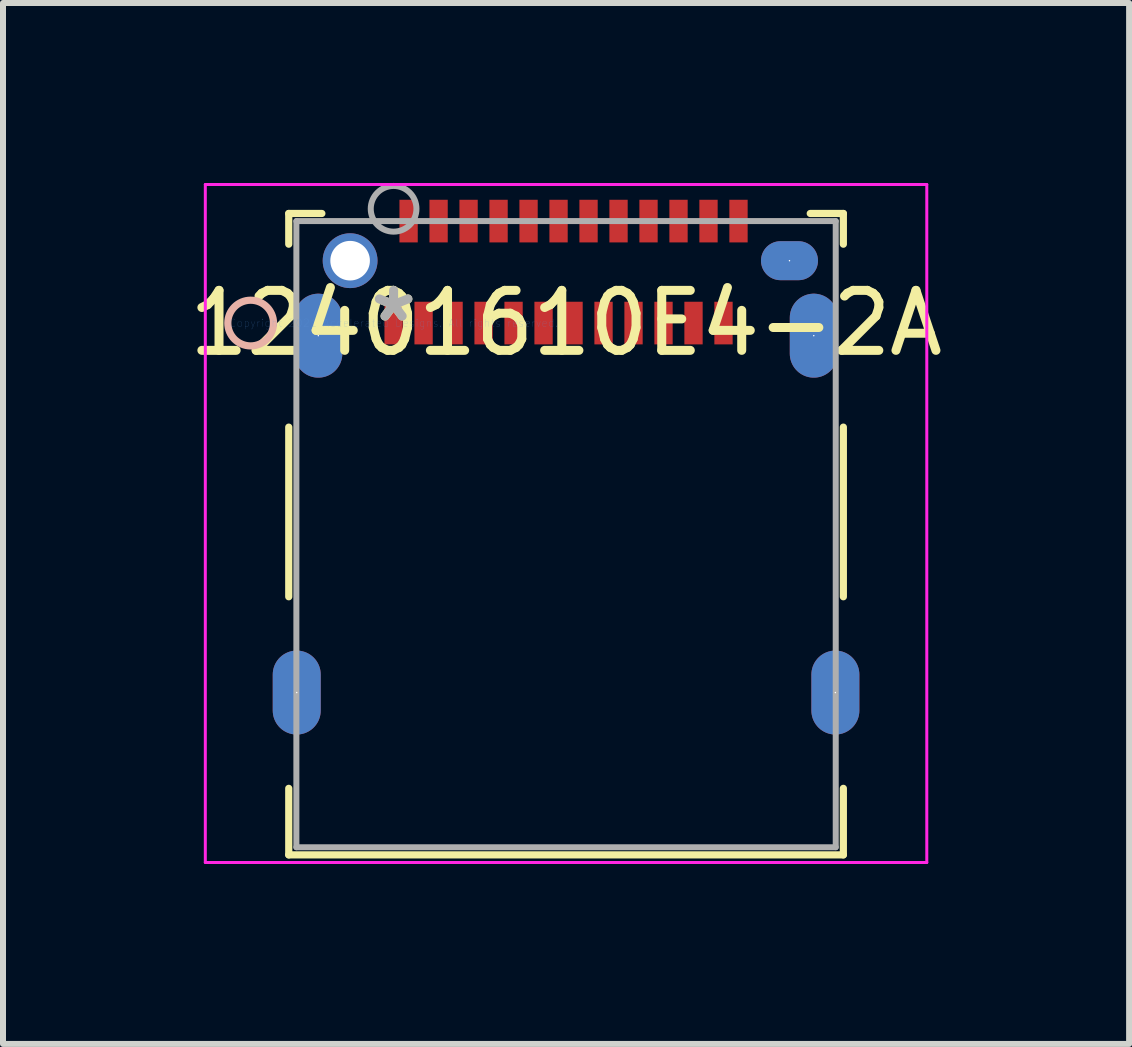
<source format=kicad_pcb>
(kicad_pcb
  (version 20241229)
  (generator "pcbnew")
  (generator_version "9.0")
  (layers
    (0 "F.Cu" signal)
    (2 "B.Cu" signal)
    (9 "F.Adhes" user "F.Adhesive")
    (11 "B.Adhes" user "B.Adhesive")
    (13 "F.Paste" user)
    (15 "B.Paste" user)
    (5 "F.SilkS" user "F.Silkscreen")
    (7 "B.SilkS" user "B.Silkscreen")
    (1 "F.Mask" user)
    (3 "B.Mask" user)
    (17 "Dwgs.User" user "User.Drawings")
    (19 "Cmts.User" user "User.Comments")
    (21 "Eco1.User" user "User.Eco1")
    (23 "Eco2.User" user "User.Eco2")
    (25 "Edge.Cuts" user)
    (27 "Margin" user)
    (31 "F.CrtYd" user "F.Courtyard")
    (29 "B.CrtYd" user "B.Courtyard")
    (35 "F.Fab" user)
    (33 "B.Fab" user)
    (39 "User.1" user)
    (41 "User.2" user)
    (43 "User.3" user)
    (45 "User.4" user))
  (footprint "12401610E4-2A"
    (layer "F.Cu")
    (at 3.512 2.336)
    (property "Reference" "12401610E4-2A" (at 2.875 0 0) (layer "F.SilkS") (effects (font (size 1 1) (thickness 0.15))))
    (attr through_hole)
    (fp_line (start -1.748 -1.827) (end -1.748 -1.315) (stroke (width 0.12) (type solid)) (layer "F.SilkS"))
    (fp_line (start -1.748 1.735) (end -1.748 4.563) (stroke (width 0.12) (type solid)) (layer "F.SilkS"))
    (fp_line (start -1.748 7.757) (end -1.748 8.866) (stroke (width 0.12) (type solid)) (layer "F.SilkS"))
    (fp_line (start -1.748 8.866) (end 7.498 8.866) (stroke (width 0.12) (type solid)) (layer "F.SilkS"))
    (fp_line (start -1.196 -1.827) (end -1.748 -1.827) (stroke (width 0.12) (type solid)) (layer "F.SilkS"))
    (fp_line (start 7.498 -1.827) (end 6.946 -1.827) (stroke (width 0.12) (type solid)) (layer "F.SilkS"))
    (fp_line (start 7.498 -1.315) (end 7.498 -1.827) (stroke (width 0.12) (type solid)) (layer "F.SilkS"))
    (fp_line (start 7.498 4.563) (end 7.498 1.735) (stroke (width 0.12) (type solid)) (layer "F.SilkS"))
    (fp_line (start 7.498 8.866) (end 7.498 7.757) (stroke (width 0.12) (type solid)) (layer "F.SilkS"))
    (fp_circle (center -2.383 0) (end -2.002 0) (stroke (width 0.12) (type solid)) (fill no) (layer "B.SilkS"))
    (fp_line (start -3.139 -2.31) (end -3.139 8.993) (stroke (width 0.05) (type solid)) (layer "F.CrtYd"))
    (fp_line (start -3.139 8.993) (end 8.889 8.993) (stroke (width 0.05) (type solid)) (layer "F.CrtYd"))
    (fp_line (start 8.889 -2.31) (end -3.139 -2.31) (stroke (width 0.05) (type solid)) (layer "F.CrtYd"))
    (fp_line (start 8.889 8.993) (end 8.889 -2.31) (stroke (width 0.05) (type solid)) (layer "F.CrtYd"))
    (fp_line (start -1.621 -1.7) (end -1.621 8.739) (stroke (width 0.1) (type solid)) (layer "F.Fab"))
    (fp_line (start -1.621 8.739) (end 7.371 8.739) (stroke (width 0.1) (type solid)) (layer "F.Fab"))
    (fp_line (start 7.371 -1.7) (end -1.621 -1.7) (stroke (width 0.1) (type solid)) (layer "F.Fab"))
    (fp_line (start 7.371 8.739) (end 7.371 -1.7) (stroke (width 0.1) (type solid)) (layer "F.Fab"))
    (fp_circle (center 0 -1.905) (end 0.381 -1.905) (stroke (width 0.1) (type solid)) (fill no) (layer "F.Fab"))
    (fp_text user "*" (at 0 0 0) (layer "F.SilkS") (effects (font (size 1 1) (thickness 0.15))))
    (fp_text user "Copyright 2021 Accelerated Designs. All rights reserved." (at 0 0 0) (layer "Cmts.User") (effects (font (size 0.127 0.127) (thickness 0.002))))
    (fp_text user "*" (at 0 0 0) (layer "F.Fab") (effects (font (size 1 1) (thickness 0.15))))
    (pad "1" smd rect (at 0 0) (size 0.305 0.711) (layers "F.Cu" "F.Mask" "F.Paste"))
    (pad "2" smd rect (at 0.25 -1.7) (size 0.305 0.711) (layers "F.Cu" "F.Mask" "F.Paste"))
    (pad "3" smd rect (at 0.5 0) (size 0.305 0.711) (layers "F.Cu" "F.Mask" "F.Paste"))
    (pad "4" smd rect (at 0.75 -1.7) (size 0.305 0.711) (layers "F.Cu" "F.Mask" "F.Paste"))
    (pad "5" smd rect (at 1 0) (size 0.305 0.711) (layers "F.Cu" "F.Mask" "F.Paste"))
    (pad "6" smd rect (at 1.25 -1.7) (size 0.305 0.711) (layers "F.Cu" "F.Mask" "F.Paste"))
    (pad "7" smd rect (at 1.5 0) (size 0.305 0.711) (layers "F.Cu" "F.Mask" "F.Paste"))
    (pad "8" smd rect (at 1.75 -1.7) (size 0.305 0.711) (layers "F.Cu" "F.Mask" "F.Paste"))
    (pad "9" smd rect (at 2 0) (size 0.305 0.711) (layers "F.Cu" "F.Mask" "F.Paste"))
    (pad "10" smd rect (at 2.25 -1.7) (size 0.305 0.711) (layers "F.Cu" "F.Mask" "F.Paste"))
    (pad "11" smd rect (at 2.5 0) (size 0.305 0.711) (layers "F.Cu" "F.Mask" "F.Paste"))
    (pad "12" smd rect (at 2.75 -1.7) (size 0.305 0.711) (layers "F.Cu" "F.Mask" "F.Paste"))
    (pad "13" smd rect (at 3 0) (size 0.305 0.711) (layers "F.Cu" "F.Mask" "F.Paste"))
    (pad "14" smd rect (at 3.25 -1.7) (size 0.305 0.711) (layers "F.Cu" "F.Mask" "F.Paste"))
    (pad "15" smd rect (at 3.5 0) (size 0.305 0.711) (layers "F.Cu" "F.Mask" "F.Paste"))
    (pad "16" smd rect (at 3.75 -1.7) (size 0.305 0.711) (layers "F.Cu" "F.Mask" "F.Paste"))
    (pad "17" smd rect (at 4 0) (size 0.305 0.711) (layers "F.Cu" "F.Mask" "F.Paste"))
    (pad "18" smd rect (at 4.25 -1.7) (size 0.305 0.711) (layers "F.Cu" "F.Mask" "F.Paste"))
    (pad "19" smd rect (at 4.5 0) (size 0.305 0.711) (layers "F.Cu" "F.Mask" "F.Paste"))
    (pad "20" smd rect (at 4.75 -1.7) (size 0.305 0.711) (layers "F.Cu" "F.Mask" "F.Paste"))
    (pad "21" smd rect (at 5 0) (size 0.305 0.711) (layers "F.Cu" "F.Mask" "F.Paste"))
    (pad "22" smd rect (at 5.25 -1.7) (size 0.305 0.711) (layers "F.Cu" "F.Mask" "F.Paste"))
    (pad "23" smd rect (at 5.5 0) (size 0.305 0.711) (layers "F.Cu" "F.Mask" "F.Paste"))
    (pad "24" smd rect (at 5.75 -1.7) (size 0.305 0.711) (layers "F.Cu" "F.Mask" "F.Paste"))
    (pad "25" thru_hole circle (at -0.725 -1.04) (size 0.914 0.914) (drill 0.66) (layers "*.Cu" "*.Mask"))
    (pad "26" thru_hole oval (at 6.6 -1.04) (size 0.95 0.65) (drill 0.025) (layers "*.Cu" "*.Mask"))
    (pad "27" thru_hole oval (at -1.255 0.21 90) (size 1.4 0.8) (drill 0.025) (layers "*.Cu" "*.Mask"))
    (pad "28" thru_hole oval (at -1.615 6.16 90) (size 1.4 0.8) (drill 0.025) (layers "*.Cu" "*.Mask"))
    (pad "29" thru_hole oval (at 7.365 6.16 90) (size 1.4 0.8) (drill 0.025) (layers "*.Cu" "*.Mask"))
    (pad "30" thru_hole oval (at 7.005 0.21 90) (size 1.4 0.8) (drill 0.025) (layers "*.Cu" "*.Mask")))
  (gr_rect
    (start -3 -3)
    (end 15.774 14.354)
    (stroke (width 0.1) (type default))
    (fill no)
    (layer "Edge.Cuts")))
</source>
